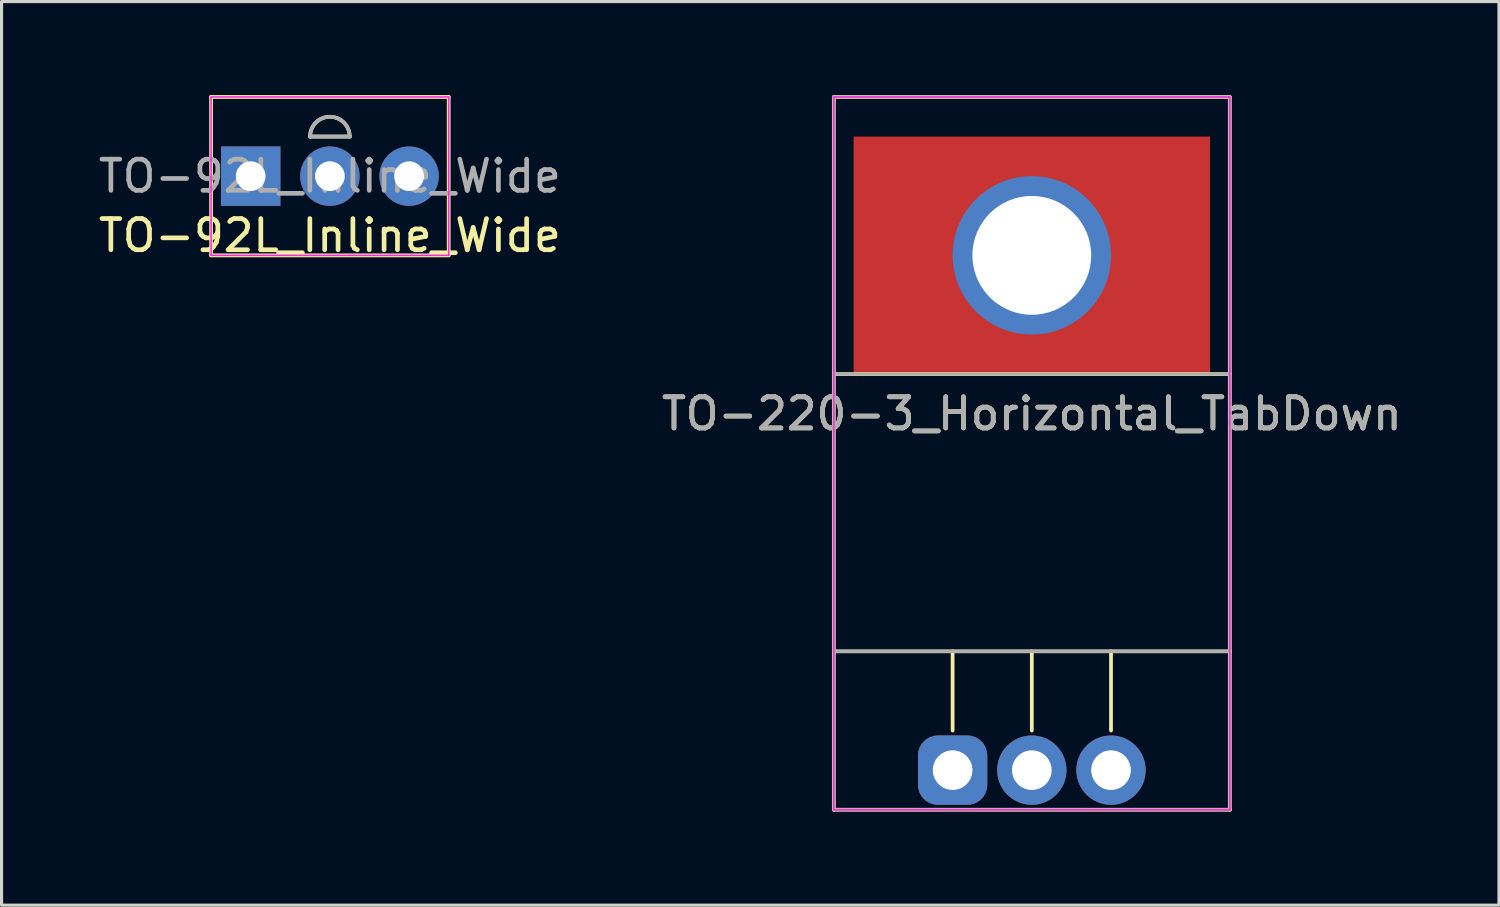
<source format=kicad_pcb>
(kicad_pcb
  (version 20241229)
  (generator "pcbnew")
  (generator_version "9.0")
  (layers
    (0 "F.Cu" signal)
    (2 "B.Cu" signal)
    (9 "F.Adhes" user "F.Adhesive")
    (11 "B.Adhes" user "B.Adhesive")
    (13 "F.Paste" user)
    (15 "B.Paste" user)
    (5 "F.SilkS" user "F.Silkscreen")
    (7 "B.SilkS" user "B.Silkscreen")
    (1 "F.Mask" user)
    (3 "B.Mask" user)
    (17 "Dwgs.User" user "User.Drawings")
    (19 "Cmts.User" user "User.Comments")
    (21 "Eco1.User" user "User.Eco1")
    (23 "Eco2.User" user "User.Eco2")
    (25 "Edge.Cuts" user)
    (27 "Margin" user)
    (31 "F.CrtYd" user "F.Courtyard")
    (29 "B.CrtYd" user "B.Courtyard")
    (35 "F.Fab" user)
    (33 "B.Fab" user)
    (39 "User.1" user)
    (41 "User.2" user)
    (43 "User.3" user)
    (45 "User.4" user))
  (footprint "TO-220-3_Horizontal_TabDown"
    (layer "F.Cu")
    (at 27.502 21.65)
    (property "Reference" "TO-220-3_Horizontal_TabDown" (at 2.54 -11.43 0) (layer "F.SilkS") (effects (font (size 1 1) (thickness 0.15))))
    (attr through_hole)
    (fp_line (start -3.81 -21.59) (end 8.89 -21.59) (stroke (width 0.12) (type solid)) (layer "F.SilkS"))
    (fp_line (start -3.81 -3.81) (end -3.81 -21.59) (stroke (width 0.12) (type solid)) (layer "F.SilkS"))
    (fp_line (start -3.81 -3.81) (end -3.81 1.27) (stroke (width 0.12) (type solid)) (layer "F.SilkS"))
    (fp_line (start -3.81 1.27) (end 8.89 1.27) (stroke (width 0.12) (type solid)) (layer "F.SilkS"))
    (fp_line (start 0 -3.81) (end 0 -1.27) (stroke (width 0.12) (type solid)) (layer "F.SilkS"))
    (fp_line (start 2.54 -3.81) (end 2.54 -1.27) (stroke (width 0.12) (type solid)) (layer "F.SilkS"))
    (fp_line (start 5.08 -3.81) (end 5.08 -1.27) (stroke (width 0.12) (type solid)) (layer "F.SilkS"))
    (fp_line (start 8.89 -21.59) (end 8.89 -3.81) (stroke (width 0.12) (type solid)) (layer "F.SilkS"))
    (fp_line (start 8.89 -12.7) (end -3.81 -12.7) (stroke (width 0.12) (type solid)) (layer "F.SilkS"))
    (fp_line (start 8.89 -3.81) (end -3.81 -3.81) (stroke (width 0.12) (type solid)) (layer "F.SilkS"))
    (fp_line (start 8.89 -3.81) (end 8.89 1.27) (stroke (width 0.12) (type solid)) (layer "F.SilkS"))
    (fp_line (start -3.81 -21.59) (end -3.81 1.27) (stroke (width 0.05) (type solid)) (layer "F.CrtYd"))
    (fp_line (start -3.81 1.27) (end 8.89 1.27) (stroke (width 0.05) (type solid)) (layer "F.CrtYd"))
    (fp_line (start 8.89 -21.59) (end -3.81 -21.59) (stroke (width 0.05) (type solid)) (layer "F.CrtYd"))
    (fp_line (start 8.89 1.27) (end 8.89 -21.59) (stroke (width 0.05) (type solid)) (layer "F.CrtYd"))
    (fp_line (start -3.81 -21.59) (end 8.89 -21.59) (stroke (width 0.1) (type solid)) (layer "F.Fab"))
    (fp_line (start -3.81 -12.7) (end 8.89 -12.7) (stroke (width 0.1) (type solid)) (layer "F.Fab"))
    (fp_line (start -3.81 1.27) (end -3.81 -21.59) (stroke (width 0.1) (type solid)) (layer "F.Fab"))
    (fp_line (start 8.89 -21.59) (end 8.89 1.27) (stroke (width 0.1) (type solid)) (layer "F.Fab"))
    (fp_line (start 8.89 -3.81) (end -3.81 -3.81) (stroke (width 0.1) (type solid)) (layer "F.Fab"))
    (fp_line (start 8.89 1.27) (end -3.81 1.27) (stroke (width 0.1) (type solid)) (layer "F.Fab"))
    (fp_text user "${REFERENCE}" (at 2.54 -11.43 0) (layer "F.Fab") (effects (font (size 1 1) (thickness 0.15))))
    (pad "1" thru_hole roundrect (at 0 0) (size 2.223 2.223) (drill 1.27) (layers "*.Cu" "*.Mask") (roundrect_rratio 0.286))
    (pad "2" thru_hole circle (at 2.54 -16.51) (size 5.08 5.08) (drill 3.81) (layers "*.Cu" "*.Mask"))
    (pad "2" smd rect (at 2.54 -16.51) (size 11.43 7.62) (layers "F.Cu" "F.Mask" "F.Paste"))
    (pad "2" thru_hole circle (at 2.54 0) (size 2.223 2.223) (drill 1.27) (layers "*.Cu" "*.Mask"))
    (pad "3" thru_hole circle (at 5.08 0) (size 2.223 2.223) (drill 1.27) (layers "*.Cu" "*.Mask")))
  (footprint "TO-92L_Inline_Wide"
    (layer "F.Cu")
    (at 4.99 2.6)
    (property "Reference" "TO-92L_Inline_Wide" (at 2.54 1.905 0) (layer "F.SilkS") (effects (font (size 1 1) (thickness 0.15))))
    (attr through_hole)
    (fp_line (start -1.27 -2.54) (end 6.35 -2.54) (stroke (width 0.12) (type solid)) (layer "F.SilkS"))
    (fp_line (start -1.27 2.54) (end -1.27 -2.54) (stroke (width 0.12) (type solid)) (layer "F.SilkS"))
    (fp_line (start 1.905 -1.27) (end 3.175 -1.27) (stroke (width 0.12) (type solid)) (layer "F.SilkS"))
    (fp_line (start 6.35 -2.54) (end 6.35 2.54) (stroke (width 0.12) (type solid)) (layer "F.SilkS"))
    (fp_line (start 6.35 2.54) (end -1.27 2.54) (stroke (width 0.12) (type solid)) (layer "F.SilkS"))
    (fp_arc (start 1.905 -1.27) (mid 2.54 -1.905) (end 3.175 -1.27) (stroke (width 0.12) (type solid)) (layer "F.SilkS"))
    (fp_line (start -1.27 -2.54) (end -1.27 2.54) (stroke (width 0.05) (type solid)) (layer "F.CrtYd"))
    (fp_line (start -1.27 -2.54) (end 6.35 -2.54) (stroke (width 0.05) (type solid)) (layer "F.CrtYd"))
    (fp_line (start 6.35 2.54) (end -1.27 2.54) (stroke (width 0.05) (type solid)) (layer "F.CrtYd"))
    (fp_line (start 6.35 2.54) (end 6.35 -2.54) (stroke (width 0.05) (type solid)) (layer "F.CrtYd"))
    (fp_line (start 1.905 -1.27) (end 3.175 -1.27) (stroke (width 0.12) (type solid)) (layer "F.Fab"))
    (fp_arc (start 1.905 -1.27) (mid 2.54 -1.905) (end 3.175 -1.27) (stroke (width 0.12) (type solid)) (layer "F.Fab"))
    (fp_text user "${REFERENCE}" (at 2.54 0 0) (layer "F.Fab") (effects (font (size 1 1) (thickness 0.15))))
    (pad "1" thru_hole rect (at 0 0) (size 1.905 1.905) (drill 0.953) (layers "*.Cu" "*.Mask"))
    (pad "2" thru_hole circle (at 2.54 0) (size 1.905 1.905) (drill 0.953) (layers "*.Cu" "*.Mask"))
    (pad "3" thru_hole circle (at 5.08 0) (size 1.905 1.905) (drill 0.953) (layers "*.Cu" "*.Mask")))
  (gr_rect
    (start -3 -3)
    (end 45.024 25.98)
    (stroke (width 0.1) (type default))
    (fill no)
    (layer "Edge.Cuts")))
</source>
